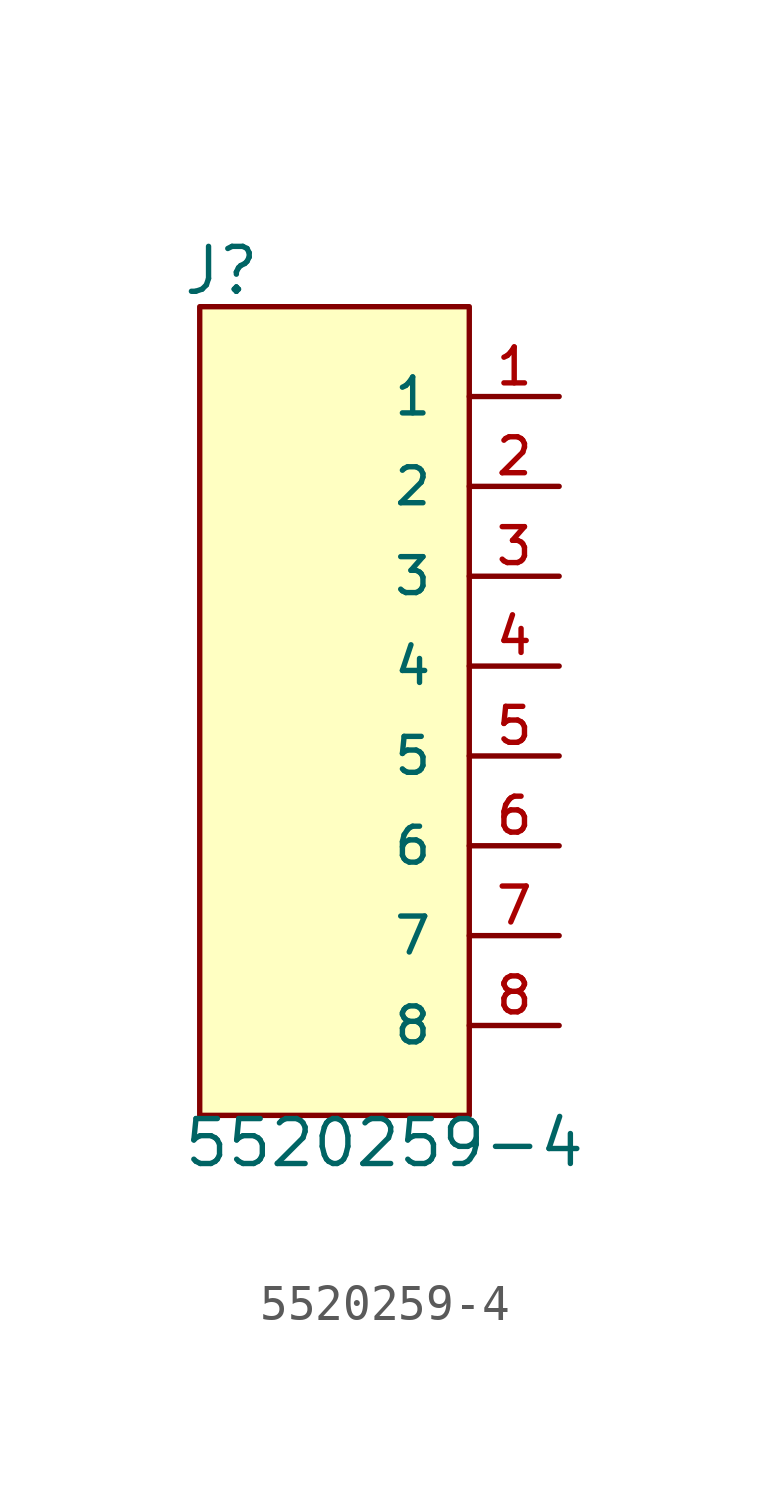
<source format=kicad_sym>
(kicad_symbol_lib
  (version 20211014)
  (generator kicad_symbol_editor)
  (symbol "5520259-4"
    (pin_names
      (offset 1.016))
    (property "Reference" "J"
      (at -5.596 12.972 0)
      (effects (font (size 1.27 1.27)) (justify bottom left)))
    (property "Value" "5520259-4"
      (at -5.588 -11.684 0)
      (effects (font (size 1.27 1.27)) (justify bottom left)))
    (symbol "5520259-4_0_0"
      (rectangle (start -5.08 -10.16) (end 2.54 12.7) (stroke (width 0.152)) (fill (type background)))
      (pin passive line (at 5.08 10.16 180.0) (length 2.54) (name "1" (effects (font (size 1.016 1.016)))) (number "1" (effects (font (size 1.016 1.016)))))
      (pin passive line (at 5.08 7.62 180.0) (length 2.54) (name "2" (effects (font (size 1.016 1.016)))) (number "2" (effects (font (size 1.016 1.016)))))
      (pin passive line (at 5.08 5.08 180.0) (length 2.54) (name "3" (effects (font (size 1.016 1.016)))) (number "3" (effects (font (size 1.016 1.016)))))
      (pin passive line (at 5.08 2.54 180.0) (length 2.54) (name "4" (effects (font (size 1.016 1.016)))) (number "4" (effects (font (size 1.016 1.016)))))
      (pin passive line (at 5.08 0.0 180.0) (length 2.54) (name "5" (effects (font (size 1.016 1.016)))) (number "5" (effects (font (size 1.016 1.016)))))
      (pin passive line (at 5.08 -2.54 180.0) (length 2.54) (name "6" (effects (font (size 1.016 1.016)))) (number "6" (effects (font (size 1.016 1.016)))))
      (pin passive line (at 5.08 -5.08 180.0) (length 2.54) (name "7" (effects (font (size 1.016 1.016)))) (number "7" (effects (font (size 1.016 1.016)))))
      (pin passive line (at 5.08 -7.62 180.0) (length 2.54) (name "8" (effects (font (size 1.016 1.016)))) (number "8" (effects (font (size 1.016 1.016))))))))
</source>
